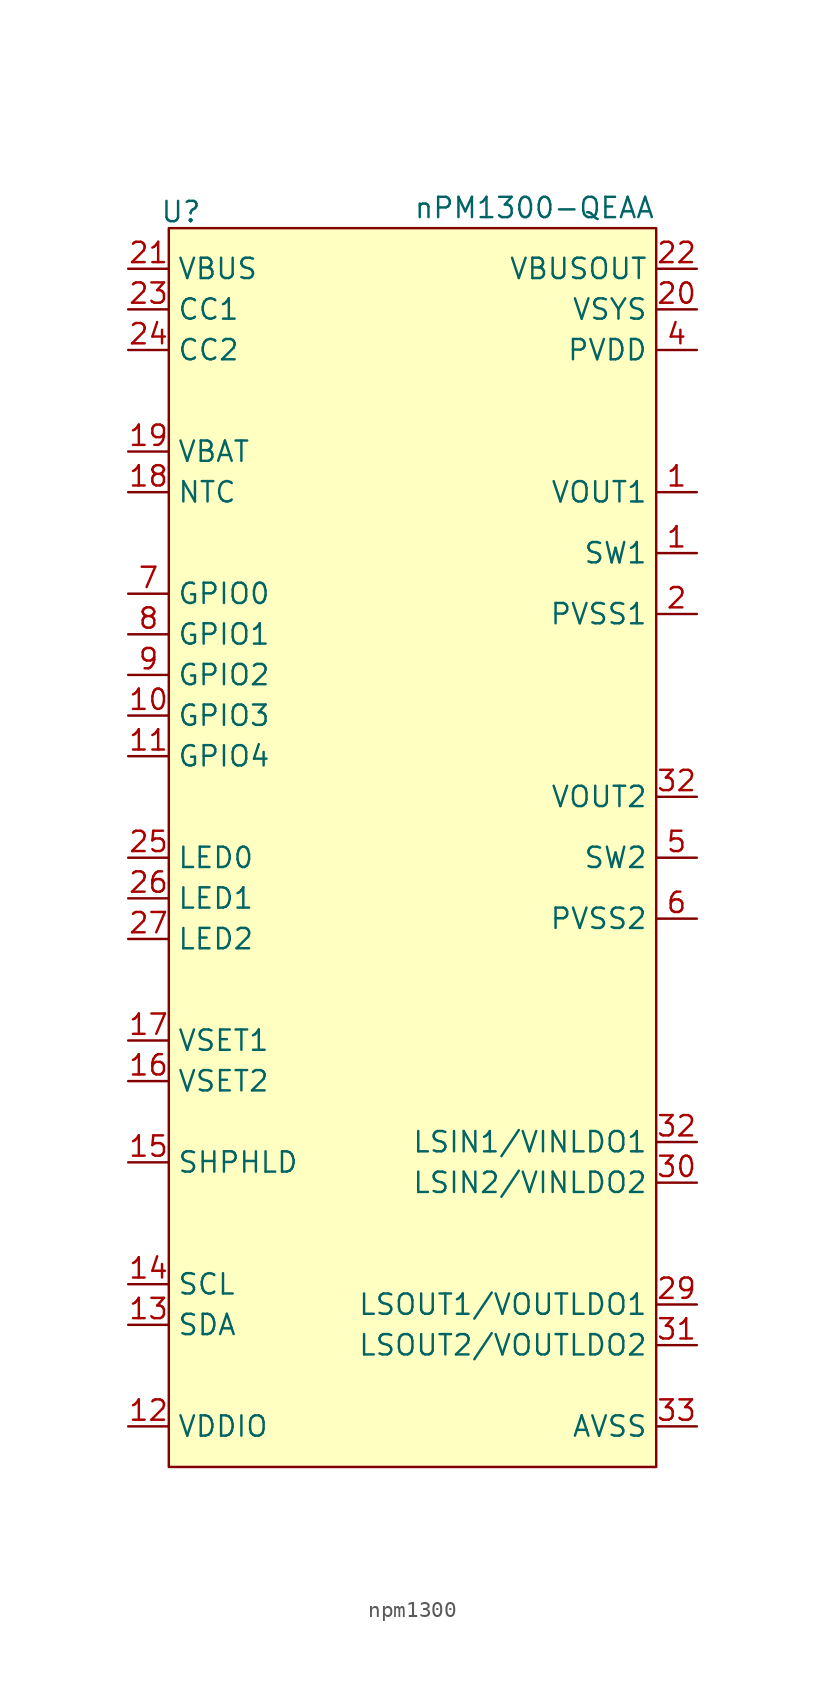
<source format=kicad_sym>
(kicad_symbol_lib
  (version 20241209)
  (generator "kicad_symbol_editor")
  (generator_version "9.0")
  (symbol "npm1300"
    (property "Reference" "U"
      (at -14.478 36.576 0)
      (effects (font (size 1.27 1.27))))
    (property "Value" "nPM1300-QEAA"
      (at 7.62 36.83 0)
      (effects (font (size 1.27 1.27))))
    (symbol "npm1300_1_1"
      (rectangle (start -15.24 35.56) (end 15.24 -41.91) (stroke (width 0) (type solid)) (fill (type color) (color 255 255 194 1)))
      (pin power_in line (at -17.78 33.02 0) (length 2.54) (name "VBUS" (effects (font (size 1.27 1.27)))) (number "21" (effects (font (size 1.27 1.27)))))
      (pin bidirectional line (at -17.78 30.48 0) (length 2.54) (name "CC1" (effects (font (size 1.27 1.27)))) (number "23" (effects (font (size 1.27 1.27)))))
      (pin bidirectional line (at -17.78 27.94 0) (length 2.54) (name "CC2" (effects (font (size 1.27 1.27)))) (number "24" (effects (font (size 1.27 1.27)))))
      (pin power_in line (at -17.78 21.59 0) (length 2.54) (name "VBAT" (effects (font (size 1.27 1.27)))) (number "19" (effects (font (size 1.27 1.27)))))
      (pin input line (at -17.78 19.05 0) (length 2.54) (name "NTC" (effects (font (size 1.27 1.27)))) (number "18" (effects (font (size 1.27 1.27)))))
      (pin bidirectional line (at -17.78 12.7 0) (length 2.54) (name "GPIO0" (effects (font (size 1.27 1.27)))) (number "7" (effects (font (size 1.27 1.27)))))
      (pin bidirectional line (at -17.78 10.16 0) (length 2.54) (name "GPIO1" (effects (font (size 1.27 1.27)))) (number "8" (effects (font (size 1.27 1.27)))))
      (pin bidirectional line (at -17.78 7.62 0) (length 2.54) (name "GPIO2" (effects (font (size 1.27 1.27)))) (number "9" (effects (font (size 1.27 1.27)))))
      (pin bidirectional line (at -17.78 5.08 0) (length 2.54) (name "GPIO3" (effects (font (size 1.27 1.27)))) (number "10" (effects (font (size 1.27 1.27)))))
      (pin bidirectional line (at -17.78 2.54 0) (length 2.54) (name "GPIO4" (effects (font (size 1.27 1.27)))) (number "11" (effects (font (size 1.27 1.27)))))
      (pin output line (at -17.78 -3.81 0) (length 2.54) (name "LED0" (effects (font (size 1.27 1.27)))) (number "25" (effects (font (size 1.27 1.27)))))
      (pin output line (at -17.78 -6.35 0) (length 2.54) (name "LED1" (effects (font (size 1.27 1.27)))) (number "26" (effects (font (size 1.27 1.27)))))
      (pin output line (at -17.78 -8.89 0) (length 2.54) (name "LED2" (effects (font (size 1.27 1.27)))) (number "27" (effects (font (size 1.27 1.27)))))
      (pin input line (at -17.78 -15.24 0) (length 2.54) (name "VSET1" (effects (font (size 1.27 1.27)))) (number "17" (effects (font (size 1.27 1.27)))))
      (pin input line (at -17.78 -17.78 0) (length 2.54) (name "VSET2" (effects (font (size 1.27 1.27)))) (number "16" (effects (font (size 1.27 1.27)))))
      (pin input line (at -17.78 -22.86 0) (length 2.54) (name "SHPHLD" (effects (font (size 1.27 1.27)))) (number "15" (effects (font (size 1.27 1.27)))))
      (pin input line (at -17.78 -30.48 0) (length 2.54) (name "SCL" (effects (font (size 1.27 1.27)))) (number "14" (effects (font (size 1.27 1.27)))))
      (pin bidirectional line (at -17.78 -33.02 0) (length 2.54) (name "SDA" (effects (font (size 1.27 1.27)))) (number "13" (effects (font (size 1.27 1.27)))))
      (pin input line (at -17.78 -39.37 0) (length 2.54) (name "VDDIO" (effects (font (size 1.27 1.27)))) (number "12" (effects (font (size 1.27 1.27)))))
      (pin power_out line (at 17.78 33.02 180) (length 2.54) (name "VBUSOUT" (effects (font (size 1.27 1.27)))) (number "22" (effects (font (size 1.27 1.27)))))
      (pin power_out line (at 17.78 30.48 180) (length 2.54) (name "VSYS" (effects (font (size 1.27 1.27)))) (number "20" (effects (font (size 1.27 1.27)))))
      (pin power_out line (at 17.78 27.94 180) (length 2.54) (name "PVDD" (effects (font (size 1.27 1.27)))) (number "4" (effects (font (size 1.27 1.27)))))
      (pin power_out line (at 17.78 19.05 180) (length 2.54) (name "VOUT1" (effects (font (size 1.27 1.27)))) (number "1" (effects (font (size 1.27 1.27)))))
      (pin passive line (at 17.78 15.24 180) (length 2.54) (name "SW1" (effects (font (size 1.27 1.27)))) (number "1" (effects (font (size 1.27 1.27)))))
      (pin power_in line (at 17.78 11.43 180) (length 2.54) (name "PVSS1" (effects (font (size 1.27 1.27)))) (number "2" (effects (font (size 1.27 1.27)))))
      (pin power_out line (at 17.78 0 180) (length 2.54) (name "VOUT2" (effects (font (size 1.27 1.27)))) (number "32" (effects (font (size 1.27 1.27)))))
      (pin passive line (at 17.78 -3.81 180) (length 2.54) (name "SW2" (effects (font (size 1.27 1.27)))) (number "5" (effects (font (size 1.27 1.27)))))
      (pin power_in line (at 17.78 -7.62 180) (length 2.54) (name "PVSS2" (effects (font (size 1.27 1.27)))) (number "6" (effects (font (size 1.27 1.27)))))
      (pin power_in line (at 17.78 -21.59 180) (length 2.54) (name "LSIN1/VINLDO1" (effects (font (size 1.27 1.27)))) (number "32" (effects (font (size 1.27 1.27)))))
      (pin power_in line (at 17.78 -24.13 180) (length 2.54) (name "LSIN2/VINLDO2" (effects (font (size 1.27 1.27)))) (number "30" (effects (font (size 1.27 1.27)))))
      (pin power_out line (at 17.78 -31.75 180) (length 2.54) (name "LSOUT1/VOUTLDO1" (effects (font (size 1.27 1.27)))) (number "29" (effects (font (size 1.27 1.27)))))
      (pin power_out line (at 17.78 -34.29 180) (length 2.54) (name "LSOUT2/VOUTLDO2" (effects (font (size 1.27 1.27)))) (number "31" (effects (font (size 1.27 1.27)))))
      (pin input line (at 17.78 -39.37 180) (length 2.54) (name "AVSS" (effects (font (size 1.27 1.27)))) (number "33" (effects (font (size 1.27 1.27))))))))
</source>
